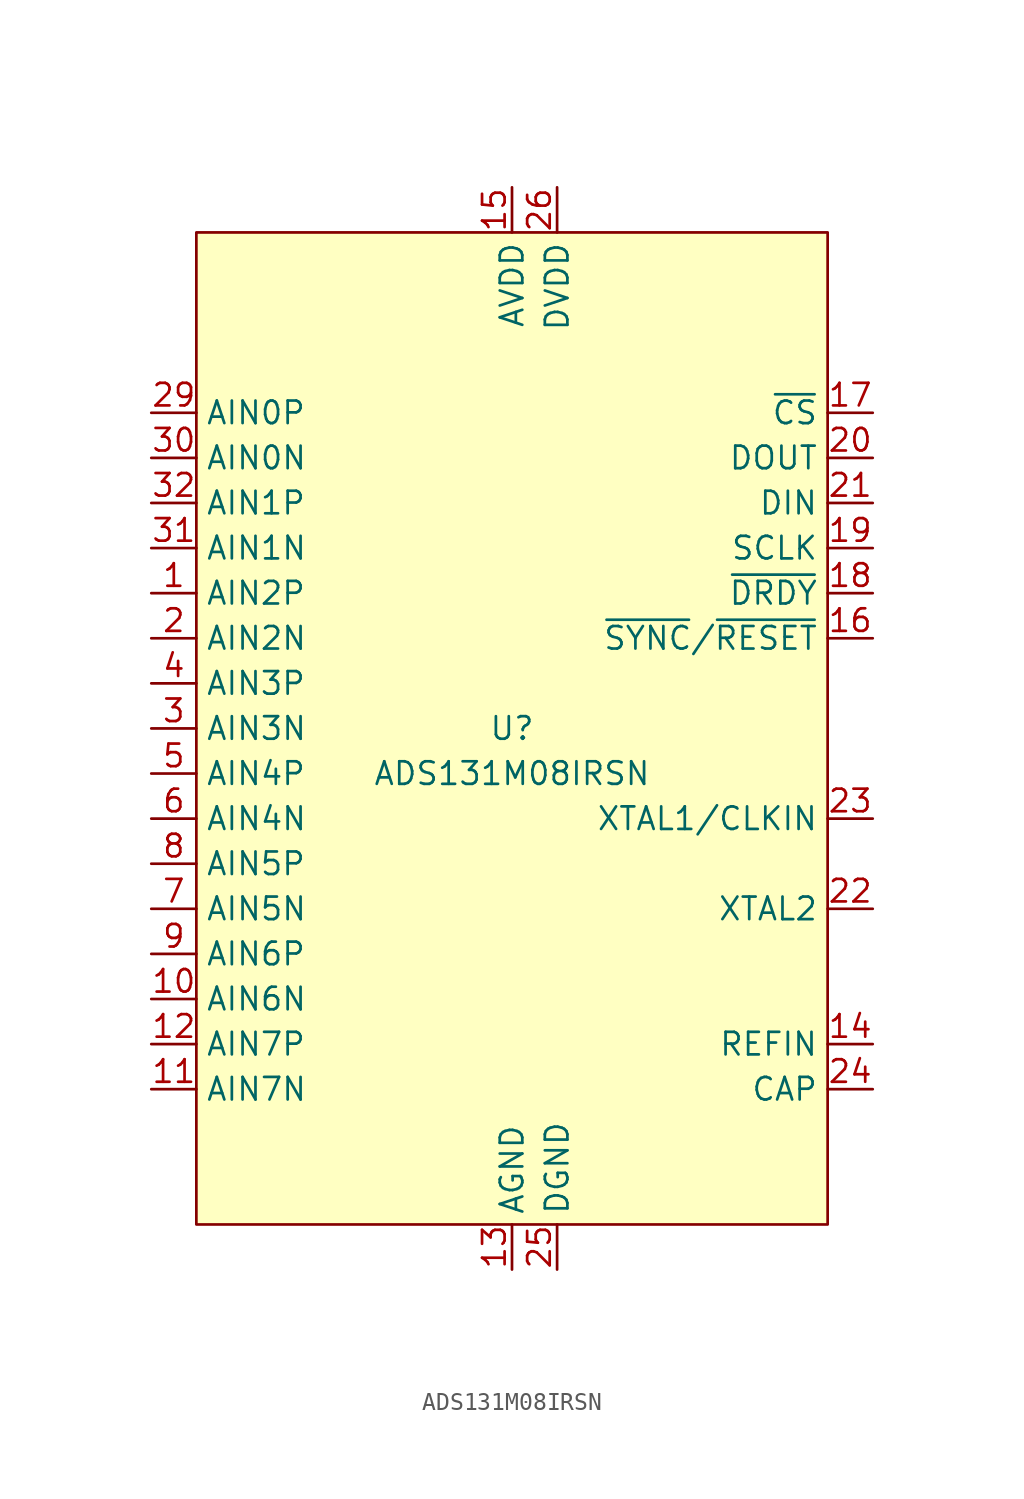
<source format=kicad_sym>
(kicad_symbol_lib
  (version 20220914)
  (generator kicad_symbol_editor)
  (symbol "ADS131M08IRSN"
    (property "Reference" "U"
      (at 0 0 0)
      (do_not_autoplace)
      (effects (font (size 1.27 1.27))))
    (property "Value" "ADS131M08IRSN"
      (at 0 -2.54 0)
      (do_not_autoplace)
      (effects (font (size 1.27 1.27))))
    (symbol "ADS131M08IRSN_0_0"
      (pin input line (at -20.32 7.62 0) (length 2.54) (name "AIN2P" (effects (font (size 1.27 1.27)))) (number "1" (effects (font (size 1.27 1.27)))))
      (pin input line (at -20.32 -15.24 0) (length 2.54) (name "AIN6N" (effects (font (size 1.27 1.27)))) (number "10" (effects (font (size 1.27 1.27)))))
      (pin input line (at -20.32 -20.32 0) (length 2.54) (name "AIN7N" (effects (font (size 1.27 1.27)))) (number "11" (effects (font (size 1.27 1.27)))))
      (pin input line (at -20.32 -17.78 0) (length 2.54) (name "AIN7P" (effects (font (size 1.27 1.27)))) (number "12" (effects (font (size 1.27 1.27)))))
      (pin passive line (at 0 -30.48 90) (length 2.54) (name "AGND" (effects (font (size 1.27 1.27)))) (number "13" (effects (font (size 1.27 1.27)))))
      (pin power_in line (at 0 30.48 270) (length 2.54) (name "AVDD" (effects (font (size 1.27 1.27)))) (number "15" (effects (font (size 1.27 1.27)))))
      (pin passive line (at 20.32 17.78 180) (length 2.54) (name "~{CS}" (effects (font (size 1.27 1.27)))) (number "17" (effects (font (size 1.27 1.27)))))
      (pin passive line (at 20.32 10.16 180) (length 2.54) (name "SCLK" (effects (font (size 1.27 1.27)))) (number "19" (effects (font (size 1.27 1.27)))))
      (pin input line (at -20.32 5.08 0) (length 2.54) (name "AIN2N" (effects (font (size 1.27 1.27)))) (number "2" (effects (font (size 1.27 1.27)))))
      (pin passive line (at 20.32 15.24 180) (length 2.54) (name "DOUT" (effects (font (size 1.27 1.27)))) (number "20" (effects (font (size 1.27 1.27)))))
      (pin passive line (at 20.32 12.7 180) (length 2.54) (name "DIN" (effects (font (size 1.27 1.27)))) (number "21" (effects (font (size 1.27 1.27)))))
      (pin passive line (at 20.32 -10.16 180) (length 2.54) (name "XTAL2" (effects (font (size 1.27 1.27)))) (number "22" (effects (font (size 1.27 1.27)))))
      (pin passive line (at 20.32 -5.08 180) (length 2.54) (name "XTAL1/CLKIN" (effects (font (size 1.27 1.27)))) (number "23" (effects (font (size 1.27 1.27)))))
      (pin passive line (at 20.32 -20.32 180) (length 2.54) (name "CAP" (effects (font (size 1.27 1.27)))) (number "24" (effects (font (size 1.27 1.27)))))
      (pin passive line (at 2.54 -30.48 90) (length 2.54) (name "DGND" (effects (font (size 1.27 1.27)))) (number "25" (effects (font (size 1.27 1.27)))))
      (pin power_in line (at 2.54 30.48 270) (length 2.54) (name "DVDD" (effects (font (size 1.27 1.27)))) (number "26" (effects (font (size 1.27 1.27)))))
      (pin input line (at -20.32 17.78 0) (length 2.54) (name "AIN0P" (effects (font (size 1.27 1.27)))) (number "29" (effects (font (size 1.27 1.27)))))
      (pin input line (at -20.32 0 0) (length 2.54) (name "AIN3N" (effects (font (size 1.27 1.27)))) (number "3" (effects (font (size 1.27 1.27)))))
      (pin input line (at -20.32 15.24 0) (length 2.54) (name "AIN0N" (effects (font (size 1.27 1.27)))) (number "30" (effects (font (size 1.27 1.27)))))
      (pin input line (at -20.32 10.16 0) (length 2.54) (name "AIN1N" (effects (font (size 1.27 1.27)))) (number "31" (effects (font (size 1.27 1.27)))))
      (pin input line (at -20.32 12.7 0) (length 2.54) (name "AIN1P" (effects (font (size 1.27 1.27)))) (number "32" (effects (font (size 1.27 1.27)))))
      (pin input line (at -20.32 2.54 0) (length 2.54) (name "AIN3P" (effects (font (size 1.27 1.27)))) (number "4" (effects (font (size 1.27 1.27)))))
      (pin input line (at -20.32 -2.54 0) (length 2.54) (name "AIN4P" (effects (font (size 1.27 1.27)))) (number "5" (effects (font (size 1.27 1.27)))))
      (pin input line (at -20.32 -5.08 0) (length 2.54) (name "AIN4N" (effects (font (size 1.27 1.27)))) (number "6" (effects (font (size 1.27 1.27)))))
      (pin input line (at -20.32 -10.16 0) (length 2.54) (name "AIN5N" (effects (font (size 1.27 1.27)))) (number "7" (effects (font (size 1.27 1.27)))))
      (pin input line (at -20.32 -7.62 0) (length 2.54) (name "AIN5P" (effects (font (size 1.27 1.27)))) (number "8" (effects (font (size 1.27 1.27)))))
      (pin input line (at -20.32 -12.7 0) (length 2.54) (name "AIN6P" (effects (font (size 1.27 1.27)))) (number "9" (effects (font (size 1.27 1.27))))))
    (symbol "ADS131M08IRSN_1_0"
      (pin power_in line (at 20.32 -17.78 180) (length 2.54) (name "REFIN" (effects (font (size 1.27 1.27)))) (number "14" (effects (font (size 1.27 1.27)))))
      (pin passive line (at 20.32 5.08 180) (length 2.54) (name "~{SYNC}/~{RESET}" (effects (font (size 1.27 1.27)))) (number "16" (effects (font (size 1.27 1.27)))))
      (pin passive line (at 20.32 7.62 180) (length 2.54) (name "~{DRDY}" (effects (font (size 1.27 1.27)))) (number "18" (effects (font (size 1.27 1.27)))))
      (pin no_connect line (at 0 -30.48 90) (length 2.54) hide (name "NC" (effects (font (size 1.27 1.27)))) (number "27" (effects (font (size 1.27 1.27)))))
      (pin passive line (at 0 -30.48 90) (length 2.54) hide (name "AGND" (effects (font (size 1.27 1.27)))) (number "28" (effects (font (size 1.27 1.27)))))
      (pin passive line (at 0 -30.48 90) (length 2.54) hide (name "EP" (effects (font (size 1.27 1.27)))) (number "33" (effects (font (size 1.27 1.27))))))
    (symbol "ADS131M08IRSN_1_1"
      (rectangle (start -17.78 27.94) (end 17.78 -27.94) (stroke (width 0) (type default)) (fill (type background))))))
</source>
